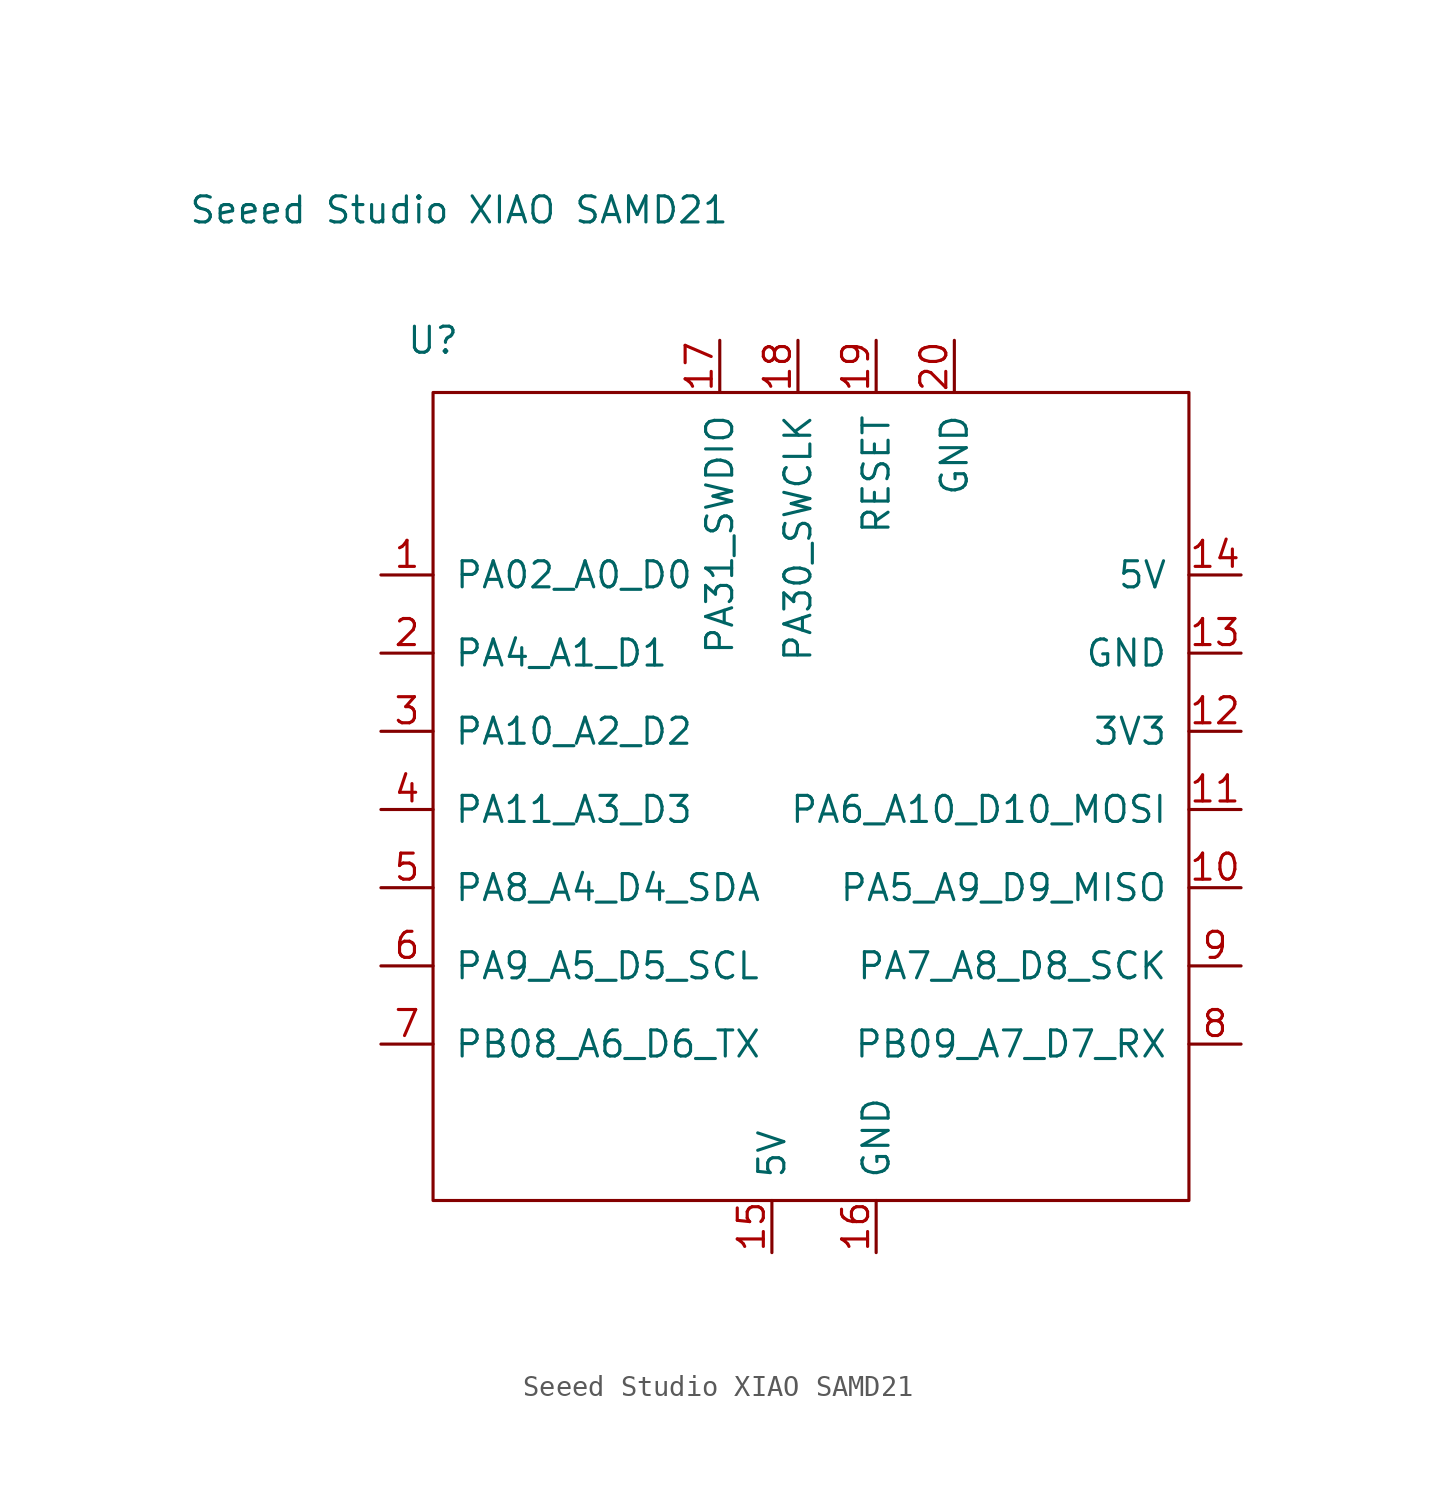
<source format=kicad_sym>
(kicad_symbol_lib
  (version 20220914)
  (generator kicad_symbol_editor)
  (symbol "Seeed Studio XIAO SAMD21"
    (pin_names
      (offset 1.016))
    (property "Reference" "U"
      (at -19.05 22.86 0)
      (effects (font (size 1.27 1.27))))
    (property "Value" "Seeed Studio XIAO SAMD21"
      (at -17.78 29.21 0)
      (effects (font (size 1.27 1.27))))
    (symbol "Seeed Studio XIAO SAMD21_0_1"
      (rectangle (start -19.05 20.32) (end 17.78 -19.05) (stroke (width 0) (type default)) (fill (type none))))
    (symbol "Seeed Studio XIAO SAMD21_1_1"
      (pin unspecified line (at -21.59 11.43 0) (length 2.54) (name "PA02_A0_D0" (effects (font (size 1.27 1.27)))) (number "1" (effects (font (size 1.27 1.27)))))
      (pin unspecified line (at 20.32 -3.81 180) (length 2.54) (name "PA5_A9_D9_MISO" (effects (font (size 1.27 1.27)))) (number "10" (effects (font (size 1.27 1.27)))))
      (pin unspecified line (at 20.32 0 180) (length 2.54) (name "PA6_A10_D10_MOSI" (effects (font (size 1.27 1.27)))) (number "11" (effects (font (size 1.27 1.27)))))
      (pin unspecified line (at 20.32 3.81 180) (length 2.54) (name "3V3" (effects (font (size 1.27 1.27)))) (number "12" (effects (font (size 1.27 1.27)))))
      (pin unspecified line (at 20.32 7.62 180) (length 2.54) (name "GND" (effects (font (size 1.27 1.27)))) (number "13" (effects (font (size 1.27 1.27)))))
      (pin unspecified line (at 20.32 11.43 180) (length 2.54) (name "5V" (effects (font (size 1.27 1.27)))) (number "14" (effects (font (size 1.27 1.27)))))
      (pin input line (at -2.54 -21.59 90) (length 2.54) (name "5V" (effects (font (size 1.27 1.27)))) (number "15" (effects (font (size 1.27 1.27)))))
      (pin input line (at 2.54 -21.59 90) (length 2.54) (name "GND" (effects (font (size 1.27 1.27)))) (number "16" (effects (font (size 1.27 1.27)))))
      (pin input line (at -5.08 22.86 270) (length 2.54) (name "PA31_SWDIO" (effects (font (size 1.27 1.27)))) (number "17" (effects (font (size 1.27 1.27)))))
      (pin input line (at -1.27 22.86 270) (length 2.54) (name "PA30_SWCLK" (effects (font (size 1.27 1.27)))) (number "18" (effects (font (size 1.27 1.27)))))
      (pin input line (at 2.54 22.86 270) (length 2.54) (name "RESET" (effects (font (size 1.27 1.27)))) (number "19" (effects (font (size 1.27 1.27)))))
      (pin unspecified line (at -21.59 7.62 0) (length 2.54) (name "PA4_A1_D1" (effects (font (size 1.27 1.27)))) (number "2" (effects (font (size 1.27 1.27)))))
      (pin input line (at 6.35 22.86 270) (length 2.54) (name "GND" (effects (font (size 1.27 1.27)))) (number "20" (effects (font (size 1.27 1.27)))))
      (pin unspecified line (at -21.59 3.81 0) (length 2.54) (name "PA10_A2_D2" (effects (font (size 1.27 1.27)))) (number "3" (effects (font (size 1.27 1.27)))))
      (pin unspecified line (at -21.59 0 0) (length 2.54) (name "PA11_A3_D3" (effects (font (size 1.27 1.27)))) (number "4" (effects (font (size 1.27 1.27)))))
      (pin unspecified line (at -21.59 -3.81 0) (length 2.54) (name "PA8_A4_D4_SDA" (effects (font (size 1.27 1.27)))) (number "5" (effects (font (size 1.27 1.27)))))
      (pin unspecified line (at -21.59 -7.62 0) (length 2.54) (name "PA9_A5_D5_SCL" (effects (font (size 1.27 1.27)))) (number "6" (effects (font (size 1.27 1.27)))))
      (pin unspecified line (at -21.59 -11.43 0) (length 2.54) (name "PB08_A6_D6_TX" (effects (font (size 1.27 1.27)))) (number "7" (effects (font (size 1.27 1.27)))))
      (pin unspecified line (at 20.32 -11.43 180) (length 2.54) (name "PB09_A7_D7_RX" (effects (font (size 1.27 1.27)))) (number "8" (effects (font (size 1.27 1.27)))))
      (pin unspecified line (at 20.32 -7.62 180) (length 2.54) (name "PA7_A8_D8_SCK" (effects (font (size 1.27 1.27)))) (number "9" (effects (font (size 1.27 1.27))))))))
</source>
